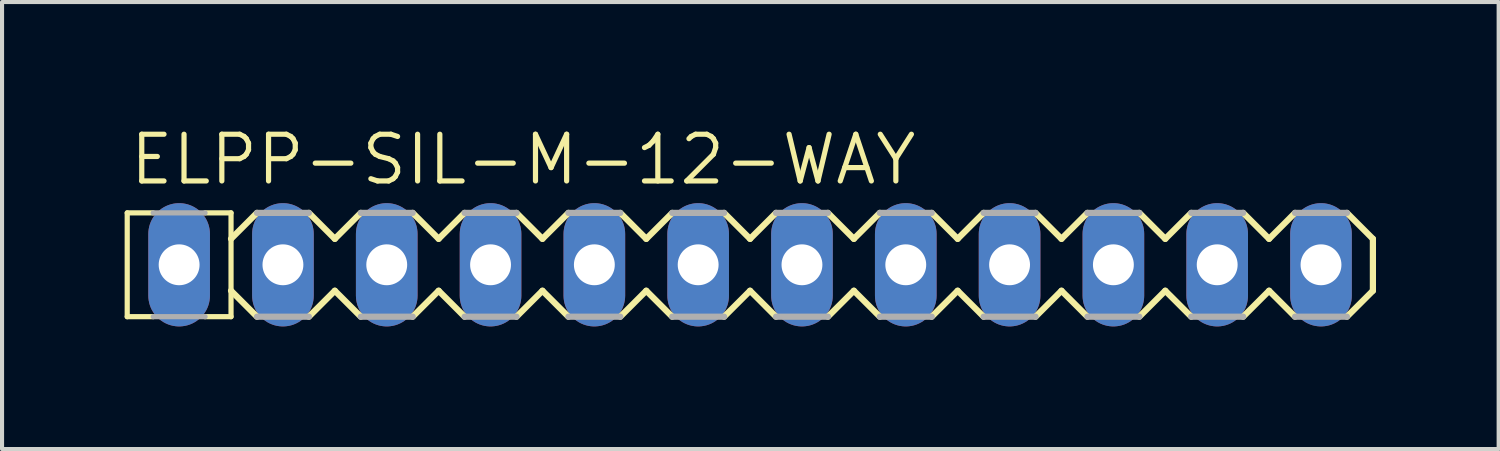
<source format=kicad_pcb>
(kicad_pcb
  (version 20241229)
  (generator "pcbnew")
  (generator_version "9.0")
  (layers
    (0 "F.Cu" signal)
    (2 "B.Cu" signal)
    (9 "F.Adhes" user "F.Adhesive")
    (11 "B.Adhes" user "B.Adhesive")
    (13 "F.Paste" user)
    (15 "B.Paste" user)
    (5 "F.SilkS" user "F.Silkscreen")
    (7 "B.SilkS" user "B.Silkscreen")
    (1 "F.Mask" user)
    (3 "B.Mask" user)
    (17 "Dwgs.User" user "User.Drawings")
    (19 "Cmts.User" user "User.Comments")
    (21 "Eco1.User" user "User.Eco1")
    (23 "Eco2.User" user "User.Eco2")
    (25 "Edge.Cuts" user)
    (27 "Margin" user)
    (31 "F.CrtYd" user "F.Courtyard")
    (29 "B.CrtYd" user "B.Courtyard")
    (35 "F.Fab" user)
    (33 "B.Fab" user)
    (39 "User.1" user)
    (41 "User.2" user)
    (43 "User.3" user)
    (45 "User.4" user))
  (footprint "ELPP-SIL-M-12-WAY"
    (layer "F.Cu")
    (at 6.413 3.429)
    (property "Reference" "ELPP-SIL-M-12-WAY" (at -6.35 -1.905 0) (unlocked yes) (layer "F.SilkS") (effects (font (size 1.143 1.143) (thickness 0.127)) (justify left bottom)))
    (fp_line (start -6.35 -1.27) (end -6.35 1.27) (stroke (width 0.127) (type solid)) (layer "F.SilkS"))
    (fp_line (start -6.35 -1.27) (end -5.715 -1.27) (stroke (width 0.127) (type solid)) (layer "F.SilkS"))
    (fp_line (start -6.35 1.27) (end -5.715 1.27) (stroke (width 0.127) (type solid)) (layer "F.SilkS"))
    (fp_line (start -3.81 -1.27) (end -4.445 -1.27) (stroke (width 0.127) (type solid)) (layer "F.SilkS"))
    (fp_line (start -3.81 -1.27) (end -3.81 1.27) (stroke (width 0.127) (type solid)) (layer "F.SilkS"))
    (fp_line (start -3.81 -0.635) (end -3.175 -1.27) (stroke (width 0.152) (type solid)) (layer "F.SilkS"))
    (fp_line (start -3.81 1.27) (end -4.445 1.27) (stroke (width 0.127) (type solid)) (layer "F.SilkS"))
    (fp_line (start -3.175 1.27) (end -3.81 0.635) (stroke (width 0.152) (type solid)) (layer "F.SilkS"))
    (fp_line (start -1.905 -1.27) (end -1.27 -0.635) (stroke (width 0.152) (type solid)) (layer "F.SilkS"))
    (fp_line (start -1.27 -0.635) (end -0.635 -1.27) (stroke (width 0.152) (type solid)) (layer "F.SilkS"))
    (fp_line (start -1.27 0.635) (end -1.905 1.27) (stroke (width 0.152) (type solid)) (layer "F.SilkS"))
    (fp_line (start -0.635 1.27) (end -1.27 0.635) (stroke (width 0.152) (type solid)) (layer "F.SilkS"))
    (fp_line (start 0.635 -1.27) (end 1.27 -0.635) (stroke (width 0.152) (type solid)) (layer "F.SilkS"))
    (fp_line (start 1.27 0.635) (end 0.635 1.27) (stroke (width 0.152) (type solid)) (layer "F.SilkS"))
    (fp_line (start 1.27 0.635) (end 1.905 1.27) (stroke (width 0.152) (type solid)) (layer "F.SilkS"))
    (fp_line (start 1.905 -1.27) (end 1.27 -0.635) (stroke (width 0.152) (type solid)) (layer "F.SilkS"))
    (fp_line (start 3.175 -1.27) (end 3.81 -0.635) (stroke (width 0.152) (type solid)) (layer "F.SilkS"))
    (fp_line (start 3.81 -0.635) (end 4.445 -1.27) (stroke (width 0.152) (type solid)) (layer "F.SilkS"))
    (fp_line (start 3.81 0.635) (end 3.175 1.27) (stroke (width 0.152) (type solid)) (layer "F.SilkS"))
    (fp_line (start 4.445 1.27) (end 3.81 0.635) (stroke (width 0.152) (type solid)) (layer "F.SilkS"))
    (fp_line (start 5.715 -1.27) (end 6.35 -0.635) (stroke (width 0.152) (type solid)) (layer "F.SilkS"))
    (fp_line (start 6.35 -0.635) (end 6.985 -1.27) (stroke (width 0.152) (type solid)) (layer "F.SilkS"))
    (fp_line (start 6.35 0.635) (end 5.715 1.27) (stroke (width 0.152) (type solid)) (layer "F.SilkS"))
    (fp_line (start 6.985 1.27) (end 6.35 0.635) (stroke (width 0.152) (type solid)) (layer "F.SilkS"))
    (fp_line (start 8.255 -1.27) (end 8.89 -0.635) (stroke (width 0.152) (type solid)) (layer "F.SilkS"))
    (fp_line (start 8.89 -0.635) (end 9.525 -1.27) (stroke (width 0.152) (type solid)) (layer "F.SilkS"))
    (fp_line (start 8.89 0.635) (end 8.255 1.27) (stroke (width 0.152) (type solid)) (layer "F.SilkS"))
    (fp_line (start 9.525 1.27) (end 8.89 0.635) (stroke (width 0.152) (type solid)) (layer "F.SilkS"))
    (fp_line (start 10.795 -1.27) (end 11.43 -0.635) (stroke (width 0.152) (type solid)) (layer "F.SilkS"))
    (fp_line (start 11.43 -0.635) (end 12.065 -1.27) (stroke (width 0.152) (type solid)) (layer "F.SilkS"))
    (fp_line (start 11.43 0.635) (end 10.795 1.27) (stroke (width 0.152) (type solid)) (layer "F.SilkS"))
    (fp_line (start 12.065 1.27) (end 11.43 0.635) (stroke (width 0.152) (type solid)) (layer "F.SilkS"))
    (fp_line (start 13.335 -1.27) (end 13.97 -0.635) (stroke (width 0.152) (type solid)) (layer "F.SilkS"))
    (fp_line (start 13.97 -0.635) (end 14.605 -1.27) (stroke (width 0.152) (type solid)) (layer "F.SilkS"))
    (fp_line (start 13.97 0.635) (end 13.335 1.27) (stroke (width 0.152) (type solid)) (layer "F.SilkS"))
    (fp_line (start 14.605 1.27) (end 13.97 0.635) (stroke (width 0.152) (type solid)) (layer "F.SilkS"))
    (fp_line (start 15.875 -1.27) (end 16.51 -0.635) (stroke (width 0.152) (type solid)) (layer "F.SilkS"))
    (fp_line (start 16.51 -0.635) (end 17.145 -1.27) (stroke (width 0.152) (type solid)) (layer "F.SilkS"))
    (fp_line (start 16.51 0.635) (end 15.875 1.27) (stroke (width 0.152) (type solid)) (layer "F.SilkS"))
    (fp_line (start 17.145 1.27) (end 16.51 0.635) (stroke (width 0.152) (type solid)) (layer "F.SilkS"))
    (fp_line (start 18.415 -1.27) (end 19.05 -0.635) (stroke (width 0.152) (type solid)) (layer "F.SilkS"))
    (fp_line (start 19.05 -0.635) (end 19.685 -1.27) (stroke (width 0.152) (type solid)) (layer "F.SilkS"))
    (fp_line (start 19.05 0.635) (end 18.415 1.27) (stroke (width 0.152) (type solid)) (layer "F.SilkS"))
    (fp_line (start 19.685 1.27) (end 19.05 0.635) (stroke (width 0.152) (type solid)) (layer "F.SilkS"))
    (fp_line (start 20.955 -1.27) (end 21.59 -0.635) (stroke (width 0.152) (type solid)) (layer "F.SilkS"))
    (fp_line (start 21.59 -0.635) (end 22.225 -1.27) (stroke (width 0.152) (type solid)) (layer "F.SilkS"))
    (fp_line (start 21.59 0.635) (end 20.955 1.27) (stroke (width 0.152) (type solid)) (layer "F.SilkS"))
    (fp_line (start 22.225 1.27) (end 21.59 0.635) (stroke (width 0.152) (type solid)) (layer "F.SilkS"))
    (fp_line (start 23.495 -1.27) (end 24.13 -0.635) (stroke (width 0.152) (type solid)) (layer "F.SilkS"))
    (fp_line (start 24.13 -0.635) (end 24.13 0.635) (stroke (width 0.152) (type solid)) (layer "F.SilkS"))
    (fp_line (start 24.13 0.635) (end 23.495 1.27) (stroke (width 0.152) (type solid)) (layer "F.SilkS"))
    (fp_line (start -5.715 -1.27) (end -4.445 -1.27) (stroke (width 0.127) (type solid)) (layer "F.Fab"))
    (fp_line (start -5.715 1.27) (end -4.445 1.27) (stroke (width 0.127) (type solid)) (layer "F.Fab"))
    (fp_line (start -3.175 -1.27) (end -1.905 -1.27) (stroke (width 0.152) (type solid)) (layer "F.Fab"))
    (fp_line (start -1.905 1.27) (end -3.175 1.27) (stroke (width 0.152) (type solid)) (layer "F.Fab"))
    (fp_line (start -0.635 -1.27) (end 0.635 -1.27) (stroke (width 0.152) (type solid)) (layer "F.Fab"))
    (fp_line (start 0.635 1.27) (end -0.635 1.27) (stroke (width 0.152) (type solid)) (layer "F.Fab"))
    (fp_line (start 1.905 -1.27) (end 3.175 -1.27) (stroke (width 0.152) (type solid)) (layer "F.Fab"))
    (fp_line (start 3.175 1.27) (end 1.905 1.27) (stroke (width 0.152) (type solid)) (layer "F.Fab"))
    (fp_line (start 4.445 -1.27) (end 5.715 -1.27) (stroke (width 0.152) (type solid)) (layer "F.Fab"))
    (fp_line (start 5.715 1.27) (end 4.445 1.27) (stroke (width 0.152) (type solid)) (layer "F.Fab"))
    (fp_line (start 6.985 -1.27) (end 8.255 -1.27) (stroke (width 0.152) (type solid)) (layer "F.Fab"))
    (fp_line (start 8.255 1.27) (end 6.985 1.27) (stroke (width 0.152) (type solid)) (layer "F.Fab"))
    (fp_line (start 9.525 -1.27) (end 10.795 -1.27) (stroke (width 0.152) (type solid)) (layer "F.Fab"))
    (fp_line (start 10.795 1.27) (end 9.525 1.27) (stroke (width 0.152) (type solid)) (layer "F.Fab"))
    (fp_line (start 12.065 -1.27) (end 13.335 -1.27) (stroke (width 0.152) (type solid)) (layer "F.Fab"))
    (fp_line (start 13.335 1.27) (end 12.065 1.27) (stroke (width 0.152) (type solid)) (layer "F.Fab"))
    (fp_line (start 14.605 -1.27) (end 15.875 -1.27) (stroke (width 0.152) (type solid)) (layer "F.Fab"))
    (fp_line (start 15.875 1.27) (end 14.605 1.27) (stroke (width 0.152) (type solid)) (layer "F.Fab"))
    (fp_line (start 17.145 -1.27) (end 18.415 -1.27) (stroke (width 0.152) (type solid)) (layer "F.Fab"))
    (fp_line (start 18.415 1.27) (end 17.145 1.27) (stroke (width 0.152) (type solid)) (layer "F.Fab"))
    (fp_line (start 19.685 -1.27) (end 20.955 -1.27) (stroke (width 0.152) (type solid)) (layer "F.Fab"))
    (fp_line (start 20.955 1.27) (end 19.685 1.27) (stroke (width 0.152) (type solid)) (layer "F.Fab"))
    (fp_line (start 22.225 -1.27) (end 23.495 -1.27) (stroke (width 0.152) (type solid)) (layer "F.Fab"))
    (fp_line (start 23.495 1.27) (end 22.225 1.27) (stroke (width 0.152) (type solid)) (layer "F.Fab"))
    (fp_poly (pts (xy -5.334 0.254) (xy -4.826 0.254) (xy -4.826 -0.254) (xy -5.334 -0.254)) (stroke (width 0.1) (type default)) (fill no) (layer "F.Fab"))
    (fp_poly (pts (xy -2.794 0.254) (xy -2.286 0.254) (xy -2.286 -0.254) (xy -2.794 -0.254)) (stroke (width 0.1) (type default)) (fill no) (layer "F.Fab"))
    (fp_poly (pts (xy -0.254 0.254) (xy 0.254 0.254) (xy 0.254 -0.254) (xy -0.254 -0.254)) (stroke (width 0.1) (type default)) (fill no) (layer "F.Fab"))
    (fp_poly (pts (xy 2.286 0.254) (xy 2.794 0.254) (xy 2.794 -0.254) (xy 2.286 -0.254)) (stroke (width 0.1) (type default)) (fill no) (layer "F.Fab"))
    (fp_poly (pts (xy 4.826 0.254) (xy 5.334 0.254) (xy 5.334 -0.254) (xy 4.826 -0.254)) (stroke (width 0.1) (type default)) (fill no) (layer "F.Fab"))
    (fp_poly (pts (xy 7.366 0.254) (xy 7.874 0.254) (xy 7.874 -0.254) (xy 7.366 -0.254)) (stroke (width 0.1) (type default)) (fill no) (layer "F.Fab"))
    (fp_poly (pts (xy 9.906 0.254) (xy 10.414 0.254) (xy 10.414 -0.254) (xy 9.906 -0.254)) (stroke (width 0.1) (type default)) (fill no) (layer "F.Fab"))
    (fp_poly (pts (xy 12.446 0.254) (xy 12.954 0.254) (xy 12.954 -0.254) (xy 12.446 -0.254)) (stroke (width 0.1) (type default)) (fill no) (layer "F.Fab"))
    (fp_poly (pts (xy 14.986 0.254) (xy 15.494 0.254) (xy 15.494 -0.254) (xy 14.986 -0.254)) (stroke (width 0.1) (type default)) (fill no) (layer "F.Fab"))
    (fp_poly (pts (xy 17.526 0.254) (xy 18.034 0.254) (xy 18.034 -0.254) (xy 17.526 -0.254)) (stroke (width 0.1) (type default)) (fill no) (layer "F.Fab"))
    (fp_poly (pts (xy 20.066 0.254) (xy 20.574 0.254) (xy 20.574 -0.254) (xy 20.066 -0.254)) (stroke (width 0.1) (type default)) (fill no) (layer "F.Fab"))
    (fp_poly (pts (xy 22.606 0.254) (xy 23.114 0.254) (xy 23.114 -0.254) (xy 22.606 -0.254)) (stroke (width 0.1) (type default)) (fill no) (layer "F.Fab"))
    (pad "1" thru_hole oval (at -5.08 0 90) (size 3.016 1.508) (drill 1) (layers "*.Cu" "*.Mask"))
    (pad "2" thru_hole oval (at -2.54 0 90) (size 3.016 1.508) (drill 1) (layers "*.Cu" "*.Mask"))
    (pad "3" thru_hole oval (at 0 0 90) (size 3.016 1.508) (drill 1) (layers "*.Cu" "*.Mask"))
    (pad "4" thru_hole oval (at 2.54 0 90) (size 3.016 1.508) (drill 1) (layers "*.Cu" "*.Mask"))
    (pad "5" thru_hole oval (at 5.08 0 90) (size 3.016 1.508) (drill 1) (layers "*.Cu" "*.Mask"))
    (pad "6" thru_hole oval (at 7.62 0 90) (size 3.016 1.508) (drill 1) (layers "*.Cu" "*.Mask"))
    (pad "7" thru_hole oval (at 10.16 0 90) (size 3.016 1.508) (drill 1) (layers "*.Cu" "*.Mask"))
    (pad "8" thru_hole oval (at 12.7 0 90) (size 3.016 1.508) (drill 1) (layers "*.Cu" "*.Mask"))
    (pad "9" thru_hole oval (at 15.24 0 90) (size 3.016 1.508) (drill 1) (layers "*.Cu" "*.Mask"))
    (pad "10" thru_hole oval (at 17.78 0 90) (size 3.016 1.508) (drill 1) (layers "*.Cu" "*.Mask"))
    (pad "11" thru_hole oval (at 20.32 0 90) (size 3.016 1.508) (drill 1) (layers "*.Cu" "*.Mask"))
    (pad "12" thru_hole oval (at 22.86 0 90) (size 3.016 1.508) (drill 1) (layers "*.Cu" "*.Mask")))
  (gr_rect
    (start -3 -3)
    (end 33.62 7.937)
    (stroke (width 0.1) (type default))
    (fill no)
    (layer "Edge.Cuts")))
</source>
